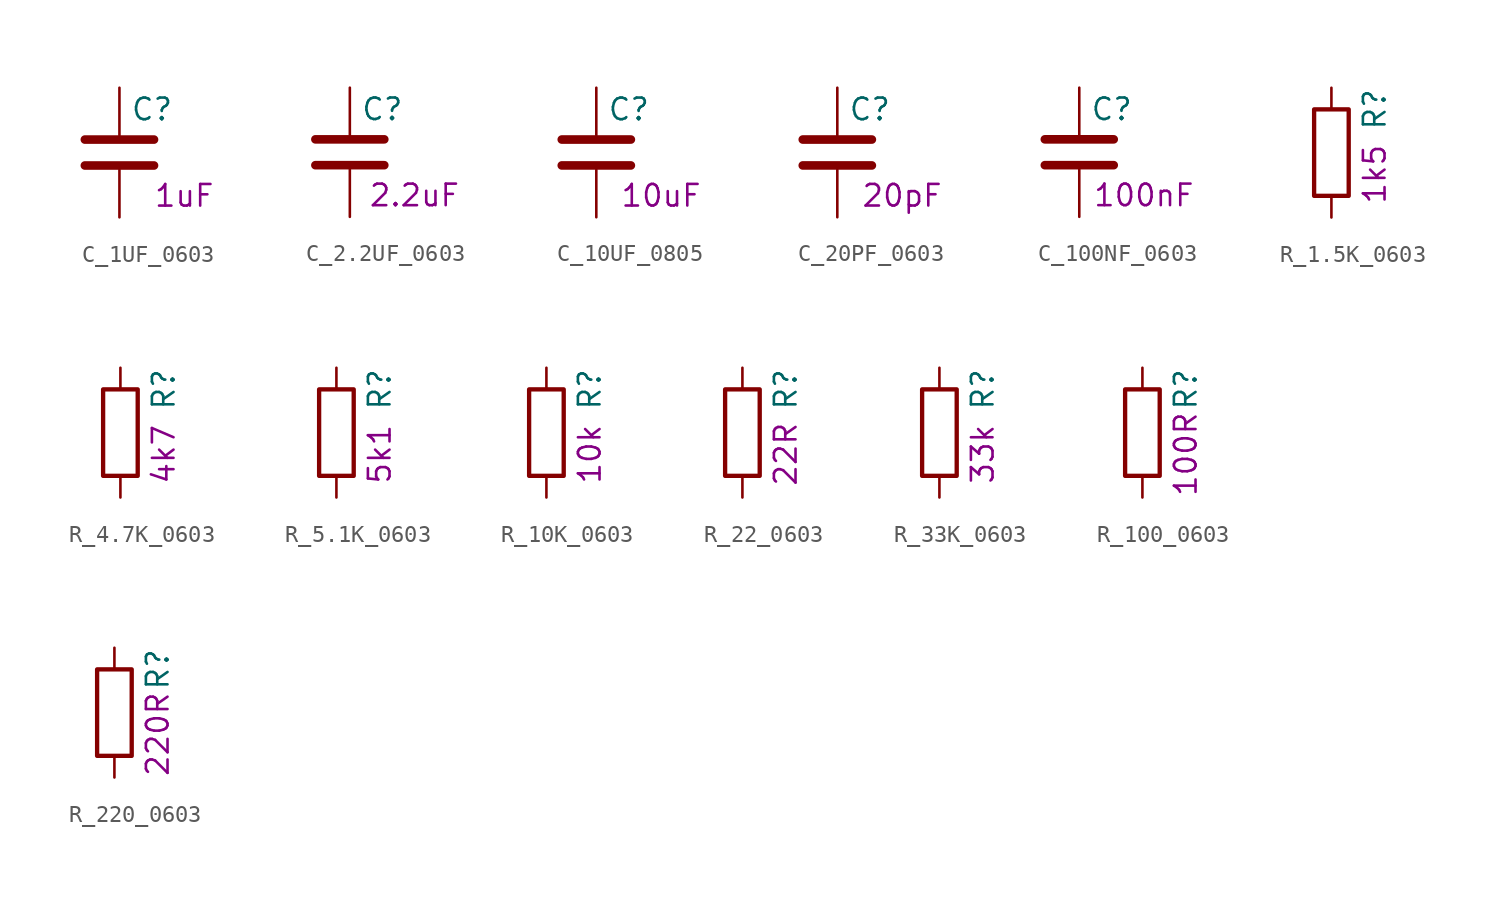
<source format=kicad_sym>
(kicad_symbol_lib
  (version 20211014)
  (generator kicad_symbol_editor)
  (symbol "C_1UF_0603"
    (pin_numbers hide)
    (pin_names
      (offset 0.254))
    (property "Reference" "C"
      (at 0.635 2.54 0)
      (effects (font (size 1.27 1.27)) (justify left)))
    (property "Display" "1uF"
      (at 3.81 -2.54 0)
      (effects (font (size 1.27 1.27))))
    (symbol "C_1UF_0603_0_1"
      (polyline (pts (xy -2.032 -0.762) (xy 2.032 -0.762)) (stroke (width 0.508) (type default) (color 0 0 0 0)) (fill (type none)))
      (polyline (pts (xy -2.032 0.762) (xy 2.032 0.762)) (stroke (width 0.508) (type default) (color 0 0 0 0)) (fill (type none))))
    (symbol "C_1UF_0603_1_1"
      (pin passive line (at 0 3.81 270) (length 2.794) (name "~" (effects (font (size 1.27 1.27)))) (number "1" (effects (font (size 1.27 1.27)))))
      (pin passive line (at 0 -3.81 90) (length 2.794) (name "~" (effects (font (size 1.27 1.27)))) (number "2" (effects (font (size 1.27 1.27)))))))
  (symbol "C_2.2UF_0603"
    (pin_numbers hide)
    (pin_names
      (offset 0.254))
    (property "Reference" "C"
      (at 0.635 2.54 0)
      (effects (font (size 1.27 1.27)) (justify left)))
    (property "Display" "2.2uF"
      (at 3.81 -2.54 0)
      (effects (font (size 1.27 1.27))))
    (symbol "C_2.2UF_0603_0_1"
      (polyline (pts (xy -2.032 -0.762) (xy 2.032 -0.762)) (stroke (width 0.508) (type default) (color 0 0 0 0)) (fill (type none)))
      (polyline (pts (xy -2.032 0.762) (xy 2.032 0.762)) (stroke (width 0.508) (type default) (color 0 0 0 0)) (fill (type none))))
    (symbol "C_2.2UF_0603_1_1"
      (pin passive line (at 0 3.81 270) (length 2.794) (name "~" (effects (font (size 1.27 1.27)))) (number "1" (effects (font (size 1.27 1.27)))))
      (pin passive line (at 0 -3.81 90) (length 2.794) (name "~" (effects (font (size 1.27 1.27)))) (number "2" (effects (font (size 1.27 1.27)))))))
  (symbol "C_10UF_0805"
    (pin_numbers hide)
    (pin_names
      (offset 0.254))
    (property "Reference" "C"
      (at 0.635 2.54 0)
      (effects (font (size 1.27 1.27)) (justify left)))
    (property "Display" "10uF"
      (at 3.81 -2.54 0)
      (effects (font (size 1.27 1.27))))
    (symbol "C_10UF_0805_0_1"
      (polyline (pts (xy -2.032 -0.762) (xy 2.032 -0.762)) (stroke (width 0.508) (type default) (color 0 0 0 0)) (fill (type none)))
      (polyline (pts (xy -2.032 0.762) (xy 2.032 0.762)) (stroke (width 0.508) (type default) (color 0 0 0 0)) (fill (type none))))
    (symbol "C_10UF_0805_1_1"
      (pin passive line (at 0 3.81 270) (length 2.794) (name "~" (effects (font (size 1.27 1.27)))) (number "1" (effects (font (size 1.27 1.27)))))
      (pin passive line (at 0 -3.81 90) (length 2.794) (name "~" (effects (font (size 1.27 1.27)))) (number "2" (effects (font (size 1.27 1.27)))))))
  (symbol "C_20PF_0603"
    (pin_numbers hide)
    (pin_names
      (offset 0.254))
    (property "Reference" "C"
      (at 0.635 2.54 0)
      (effects (font (size 1.27 1.27)) (justify left)))
    (property "Display" "20pF"
      (at 3.81 -2.54 0)
      (effects (font (size 1.27 1.27))))
    (symbol "C_20PF_0603_0_1"
      (polyline (pts (xy -2.032 -0.762) (xy 2.032 -0.762)) (stroke (width 0.508) (type default) (color 0 0 0 0)) (fill (type none)))
      (polyline (pts (xy -2.032 0.762) (xy 2.032 0.762)) (stroke (width 0.508) (type default) (color 0 0 0 0)) (fill (type none))))
    (symbol "C_20PF_0603_1_1"
      (pin passive line (at 0 3.81 270) (length 2.794) (name "~" (effects (font (size 1.27 1.27)))) (number "1" (effects (font (size 1.27 1.27)))))
      (pin passive line (at 0 -3.81 90) (length 2.794) (name "~" (effects (font (size 1.27 1.27)))) (number "2" (effects (font (size 1.27 1.27)))))))
  (symbol "C_100NF_0603"
    (pin_numbers hide)
    (pin_names
      (offset 0.254))
    (property "Reference" "C"
      (at 0.635 2.54 0)
      (effects (font (size 1.27 1.27)) (justify left)))
    (property "Display" "100nF"
      (at 3.81 -2.54 0)
      (effects (font (size 1.27 1.27))))
    (symbol "C_100NF_0603_0_1"
      (polyline (pts (xy -2.032 -0.762) (xy 2.032 -0.762)) (stroke (width 0.508) (type default) (color 0 0 0 0)) (fill (type none)))
      (polyline (pts (xy -2.032 0.762) (xy 2.032 0.762)) (stroke (width 0.508) (type default) (color 0 0 0 0)) (fill (type none))))
    (symbol "C_100NF_0603_1_1"
      (pin passive line (at 0 3.81 270) (length 2.794) (name "~" (effects (font (size 1.27 1.27)))) (number "1" (effects (font (size 1.27 1.27)))))
      (pin passive line (at 0 -3.81 90) (length 2.794) (name "~" (effects (font (size 1.27 1.27)))) (number "2" (effects (font (size 1.27 1.27)))))))
  (symbol "R_1.5K_0603"
    (pin_numbers hide)
    (pin_names
      (offset 0))
    (property "Reference" "R"
      (at 2.54 2.54 90)
      (effects (font (size 1.27 1.27))))
    (property "Display" "1k5"
      (at 2.54 -1.27 90)
      (effects (font (size 1.27 1.27))))
    (symbol "R_1.5K_0603_0_1"
      (rectangle (start -1.016 -2.54) (end 1.016 2.54) (stroke (width 0.254) (type default) (color 0 0 0 0)) (fill (type none))))
    (symbol "R_1.5K_0603_1_1"
      (pin passive line (at 0 3.81 270) (length 1.27) (name "~" (effects (font (size 1.27 1.27)))) (number "1" (effects (font (size 1.27 1.27)))))
      (pin passive line (at 0 -3.81 90) (length 1.27) (name "~" (effects (font (size 1.27 1.27)))) (number "2" (effects (font (size 1.27 1.27)))))))
  (symbol "R_4.7K_0603"
    (pin_numbers hide)
    (pin_names
      (offset 0))
    (property "Reference" "R"
      (at 2.54 2.54 90)
      (effects (font (size 1.27 1.27))))
    (property "Display" "4k7"
      (at 2.54 -1.27 90)
      (effects (font (size 1.27 1.27))))
    (symbol "R_4.7K_0603_0_1"
      (rectangle (start -1.016 -2.54) (end 1.016 2.54) (stroke (width 0.254) (type default) (color 0 0 0 0)) (fill (type none))))
    (symbol "R_4.7K_0603_1_1"
      (pin passive line (at 0 3.81 270) (length 1.27) (name "~" (effects (font (size 1.27 1.27)))) (number "1" (effects (font (size 1.27 1.27)))))
      (pin passive line (at 0 -3.81 90) (length 1.27) (name "~" (effects (font (size 1.27 1.27)))) (number "2" (effects (font (size 1.27 1.27)))))))
  (symbol "R_5.1K_0603"
    (pin_numbers hide)
    (pin_names
      (offset 0))
    (property "Reference" "R"
      (at 2.54 2.54 90)
      (effects (font (size 1.27 1.27))))
    (property "Display" "5k1"
      (at 2.54 -1.27 90)
      (effects (font (size 1.27 1.27))))
    (symbol "R_5.1K_0603_0_1"
      (rectangle (start -1.016 -2.54) (end 1.016 2.54) (stroke (width 0.254) (type default) (color 0 0 0 0)) (fill (type none))))
    (symbol "R_5.1K_0603_1_1"
      (pin passive line (at 0 3.81 270) (length 1.27) (name "~" (effects (font (size 1.27 1.27)))) (number "1" (effects (font (size 1.27 1.27)))))
      (pin passive line (at 0 -3.81 90) (length 1.27) (name "~" (effects (font (size 1.27 1.27)))) (number "2" (effects (font (size 1.27 1.27)))))))
  (symbol "R_10K_0603"
    (pin_numbers hide)
    (pin_names
      (offset 0))
    (property "Reference" "R"
      (at 2.54 2.54 90)
      (effects (font (size 1.27 1.27))))
    (property "Display" "10k"
      (at 2.54 -1.27 90)
      (effects (font (size 1.27 1.27))))
    (symbol "R_10K_0603_0_1"
      (rectangle (start -1.016 -2.54) (end 1.016 2.54) (stroke (width 0.254) (type default) (color 0 0 0 0)) (fill (type none))))
    (symbol "R_10K_0603_1_1"
      (pin passive line (at 0 3.81 270) (length 1.27) (name "~" (effects (font (size 1.27 1.27)))) (number "1" (effects (font (size 1.27 1.27)))))
      (pin passive line (at 0 -3.81 90) (length 1.27) (name "~" (effects (font (size 1.27 1.27)))) (number "2" (effects (font (size 1.27 1.27)))))))
  (symbol "R_22_0603"
    (pin_numbers hide)
    (pin_names
      (offset 0))
    (property "Reference" "R"
      (at 2.54 2.54 90)
      (effects (font (size 1.27 1.27))))
    (property "Display" "22R"
      (at 2.54 -1.27 90)
      (effects (font (size 1.27 1.27))))
    (symbol "R_22_0603_0_1"
      (rectangle (start -1.016 -2.54) (end 1.016 2.54) (stroke (width 0.254) (type default) (color 0 0 0 0)) (fill (type none))))
    (symbol "R_22_0603_1_1"
      (pin passive line (at 0 3.81 270) (length 1.27) (name "~" (effects (font (size 1.27 1.27)))) (number "1" (effects (font (size 1.27 1.27)))))
      (pin passive line (at 0 -3.81 90) (length 1.27) (name "~" (effects (font (size 1.27 1.27)))) (number "2" (effects (font (size 1.27 1.27)))))))
  (symbol "R_33K_0603"
    (pin_numbers hide)
    (pin_names
      (offset 0))
    (property "Reference" "R"
      (at 2.54 2.54 90)
      (effects (font (size 1.27 1.27))))
    (property "Display" "33k"
      (at 2.54 -1.27 90)
      (effects (font (size 1.27 1.27))))
    (symbol "R_33K_0603_0_1"
      (rectangle (start -1.016 -2.54) (end 1.016 2.54) (stroke (width 0.254) (type default) (color 0 0 0 0)) (fill (type none))))
    (symbol "R_33K_0603_1_1"
      (pin passive line (at 0 3.81 270) (length 1.27) (name "~" (effects (font (size 1.27 1.27)))) (number "1" (effects (font (size 1.27 1.27)))))
      (pin passive line (at 0 -3.81 90) (length 1.27) (name "~" (effects (font (size 1.27 1.27)))) (number "2" (effects (font (size 1.27 1.27)))))))
  (symbol "R_100_0603"
    (pin_numbers hide)
    (pin_names
      (offset 0))
    (property "Reference" "R"
      (at 2.54 2.54 90)
      (effects (font (size 1.27 1.27))))
    (property "Display" "100R"
      (at 2.54 -1.27 90)
      (effects (font (size 1.27 1.27))))
    (symbol "R_100_0603_0_1"
      (rectangle (start -1.016 -2.54) (end 1.016 2.54) (stroke (width 0.254) (type default) (color 0 0 0 0)) (fill (type none))))
    (symbol "R_100_0603_1_1"
      (pin passive line (at 0 3.81 270) (length 1.27) (name "~" (effects (font (size 1.27 1.27)))) (number "1" (effects (font (size 1.27 1.27)))))
      (pin passive line (at 0 -3.81 90) (length 1.27) (name "~" (effects (font (size 1.27 1.27)))) (number "2" (effects (font (size 1.27 1.27)))))))
  (symbol "R_220_0603"
    (pin_numbers hide)
    (pin_names
      (offset 0))
    (property "Reference" "R"
      (at 2.54 2.54 90)
      (effects (font (size 1.27 1.27))))
    (property "Display" "220R"
      (at 2.54 -1.27 90)
      (effects (font (size 1.27 1.27))))
    (symbol "R_220_0603_0_1"
      (rectangle (start -1.016 -2.54) (end 1.016 2.54) (stroke (width 0.254) (type default) (color 0 0 0 0)) (fill (type none))))
    (symbol "R_220_0603_1_1"
      (pin passive line (at 0 3.81 270) (length 1.27) (name "~" (effects (font (size 1.27 1.27)))) (number "1" (effects (font (size 1.27 1.27)))))
      (pin passive line (at 0 -3.81 90) (length 1.27) (name "~" (effects (font (size 1.27 1.27)))) (number "2" (effects (font (size 1.27 1.27))))))))
</source>
